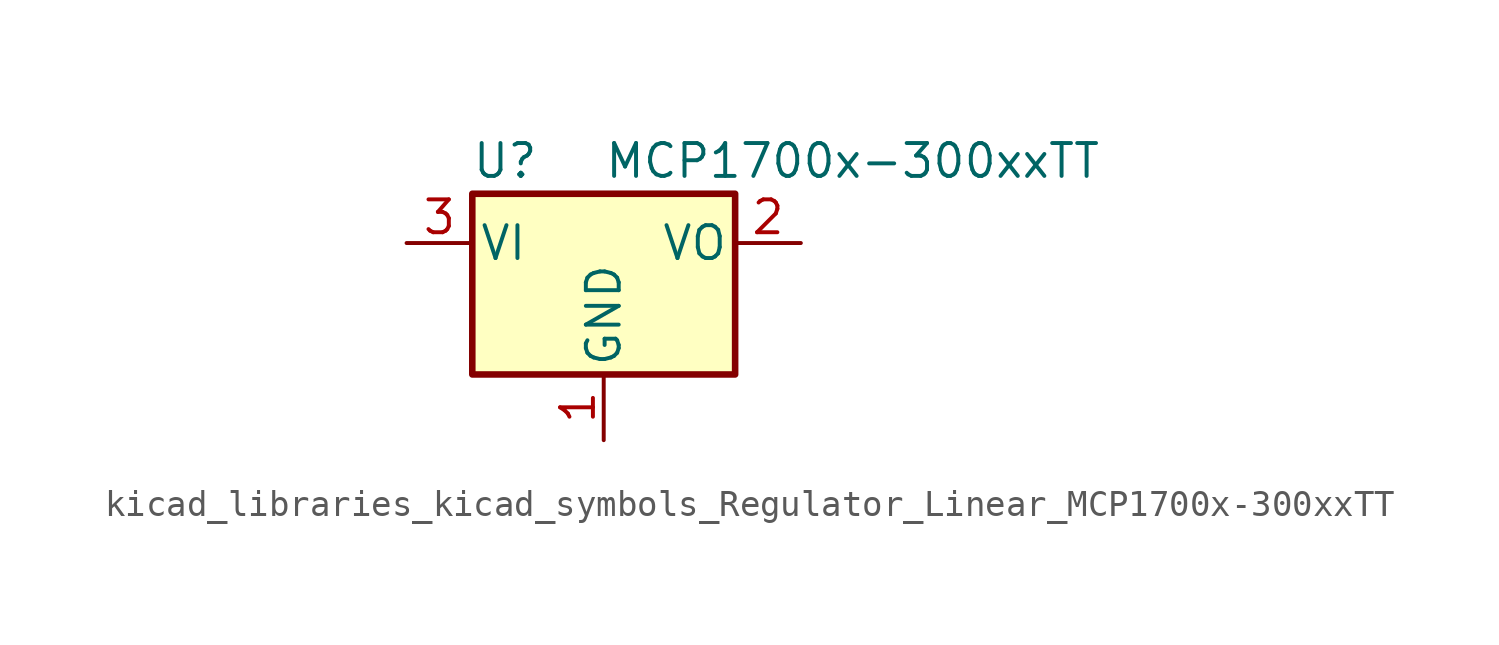
<source format=kicad_sym>
(kicad_symbol_lib
  (version 20220914)
  (generator kicad_symbol_editor)
  (symbol "kicad_libraries_kicad_symbols_Regulator_Linear_MCP1700x-300xxTT"
    (pin_names
      (offset 0.254))
    (property "Reference" "U"
      (at -3.81 3.175 0)
      (effects (font (size 1.27 1.27))))
    (property "Value" "MCP1700x-300xxTT"
      (at 0 3.175 0)
      (effects (font (size 1.27 1.27)) (justify left)))
    (symbol "kicad_libraries_kicad_symbols_Regulator_Linear_MCP1700x-300xxTT_0_1"
      (rectangle (start -5.08 1.905) (end 5.08 -5.08) (stroke (width 0.254) (type default)) (fill (type background))))
    (symbol "kicad_libraries_kicad_symbols_Regulator_Linear_MCP1700x-300xxTT_1_1"
      (pin power_in line (at 0 -7.62 90) (length 2.54) (name "GND" (effects (font (size 1.27 1.27)))) (number "1" (effects (font (size 1.27 1.27)))))
      (pin power_out line (at 7.62 0 180) (length 2.54) (name "VO" (effects (font (size 1.27 1.27)))) (number "2" (effects (font (size 1.27 1.27)))))
      (pin power_in line (at -7.62 0 0) (length 2.54) (name "VI" (effects (font (size 1.27 1.27)))) (number "3" (effects (font (size 1.27 1.27))))))))
</source>
